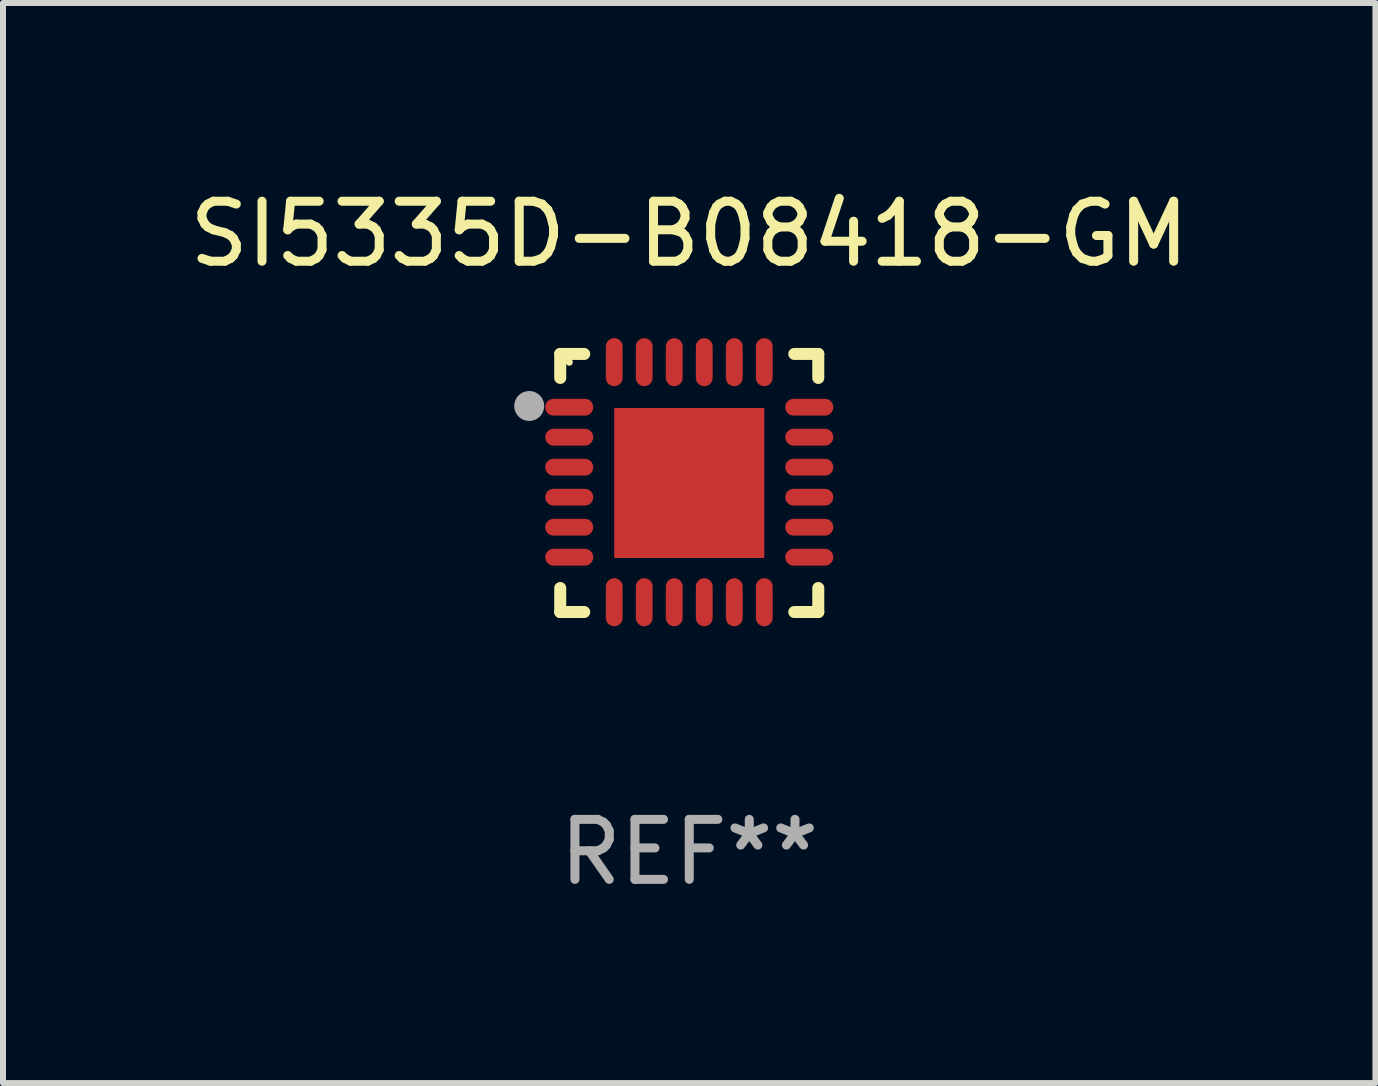
<source format=kicad_pcb>
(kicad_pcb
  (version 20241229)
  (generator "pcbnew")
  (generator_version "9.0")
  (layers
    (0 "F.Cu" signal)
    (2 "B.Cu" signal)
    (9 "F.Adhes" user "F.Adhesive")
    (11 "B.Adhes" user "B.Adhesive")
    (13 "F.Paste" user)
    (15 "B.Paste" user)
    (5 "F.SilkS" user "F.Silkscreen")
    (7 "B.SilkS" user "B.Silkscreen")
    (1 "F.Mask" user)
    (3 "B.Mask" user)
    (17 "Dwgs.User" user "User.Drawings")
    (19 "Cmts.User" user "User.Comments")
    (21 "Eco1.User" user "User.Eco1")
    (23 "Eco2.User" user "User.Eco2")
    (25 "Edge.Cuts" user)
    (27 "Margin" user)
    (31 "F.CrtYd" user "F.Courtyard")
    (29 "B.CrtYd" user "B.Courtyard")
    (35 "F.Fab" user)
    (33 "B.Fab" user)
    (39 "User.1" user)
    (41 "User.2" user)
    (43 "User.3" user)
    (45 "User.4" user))
  (footprint "SI5335D-B08418-GM"
    (layer "F.Cu")
    (at 8.435 4.998)
    (property "Reference" "SI5335D-B08418-GM" (at 0 -4.15 0) (layer "F.SilkS") (effects (font (size 1 1) (thickness 0.15))))
    (attr through_hole)
    (fp_line (start -2.15 -2.15) (end -1.75 -2.15) (stroke (width 0.2) (type solid)) (layer "F.SilkS"))
    (fp_line (start -2.15 -1.75) (end -2.15 -2.15) (stroke (width 0.2) (type solid)) (layer "F.SilkS"))
    (fp_line (start -2.15 2.15) (end -2.15 1.75) (stroke (width 0.2) (type solid)) (layer "F.SilkS"))
    (fp_line (start -1.75 2.15) (end -2.15 2.15) (stroke (width 0.2) (type solid)) (layer "F.SilkS"))
    (fp_line (start 1.75 -2.15) (end 2.15 -2.15) (stroke (width 0.2) (type solid)) (layer "F.SilkS"))
    (fp_line (start 1.75 2.15) (end 2.15 2.15) (stroke (width 0.2) (type solid)) (layer "F.SilkS"))
    (fp_line (start 2.15 -2.15) (end 2.15 -1.75) (stroke (width 0.2) (type solid)) (layer "F.SilkS"))
    (fp_line (start 2.15 2.15) (end 2.15 1.75) (stroke (width 0.2) (type solid)) (layer "F.SilkS"))
    (fp_circle (center -2 -2.013) (end -1.97 -2.013) (stroke (width 0.06) (type solid)) (fill no) (layer "F.SilkS"))
    (fp_circle (center -2.667 -1.283) (end -2.542 -1.283) (stroke (width 0.25) (type solid)) (fill no) (layer "F.Fab"))
    (fp_text user "REF**" (at 0 6.15 0) (layer "F.Fab") (effects (font (size 1 1) (thickness 0.15))))
    (pad "1" smd oval (at -2 -1.263) (size 0.8 0.28) (layers "F.Cu" "F.Mask" "F.Paste"))
    (pad "2" smd oval (at -2 -0.763) (size 0.8 0.28) (layers "F.Cu" "F.Mask" "F.Paste"))
    (pad "3" smd oval (at -2 -0.263) (size 0.8 0.28) (layers "F.Cu" "F.Mask" "F.Paste"))
    (pad "4" smd oval (at -2 0.237) (size 0.8 0.28) (layers "F.Cu" "F.Mask" "F.Paste"))
    (pad "5" smd oval (at -2 0.737) (size 0.8 0.28) (layers "F.Cu" "F.Mask" "F.Paste"))
    (pad "6" smd oval (at -2 1.237) (size 0.8 0.28) (layers "F.Cu" "F.Mask" "F.Paste"))
    (pad "7" smd oval (at -1.25 1.987) (size 0.28 0.8) (layers "F.Cu" "F.Mask" "F.Paste"))
    (pad "8" smd oval (at -0.75 1.987) (size 0.28 0.8) (layers "F.Cu" "F.Mask" "F.Paste"))
    (pad "9" smd oval (at -0.25 1.987) (size 0.28 0.8) (layers "F.Cu" "F.Mask" "F.Paste"))
    (pad "10" smd oval (at 0.25 1.987) (size 0.28 0.8) (layers "F.Cu" "F.Mask" "F.Paste"))
    (pad "11" smd oval (at 0.75 1.987) (size 0.28 0.8) (layers "F.Cu" "F.Mask" "F.Paste"))
    (pad "12" smd oval (at 1.25 1.987) (size 0.28 0.8) (layers "F.Cu" "F.Mask" "F.Paste"))
    (pad "13" smd oval (at 2 1.237) (size 0.8 0.28) (layers "F.Cu" "F.Mask" "F.Paste"))
    (pad "14" smd oval (at 2 0.737) (size 0.8 0.28) (layers "F.Cu" "F.Mask" "F.Paste"))
    (pad "15" smd oval (at 2 0.237) (size 0.8 0.28) (layers "F.Cu" "F.Mask" "F.Paste"))
    (pad "16" smd oval (at 2 -0.263) (size 0.8 0.28) (layers "F.Cu" "F.Mask" "F.Paste"))
    (pad "17" smd oval (at 2 -0.763) (size 0.8 0.28) (layers "F.Cu" "F.Mask" "F.Paste"))
    (pad "18" smd oval (at 2 -1.263) (size 0.8 0.28) (layers "F.Cu" "F.Mask" "F.Paste"))
    (pad "19" smd oval (at 1.25 -2.013) (size 0.28 0.8) (layers "F.Cu" "F.Mask" "F.Paste"))
    (pad "20" smd oval (at 0.75 -2.013) (size 0.28 0.8) (layers "F.Cu" "F.Mask" "F.Paste"))
    (pad "21" smd oval (at 0.25 -2.013) (size 0.28 0.8) (layers "F.Cu" "F.Mask" "F.Paste"))
    (pad "22" smd oval (at -0.25 -2.013) (size 0.28 0.8) (layers "F.Cu" "F.Mask" "F.Paste"))
    (pad "23" smd oval (at -0.75 -2.013) (size 0.28 0.8) (layers "F.Cu" "F.Mask" "F.Paste"))
    (pad "24" smd oval (at -1.25 -2.013) (size 0.28 0.8) (layers "F.Cu" "F.Mask" "F.Paste"))
    (pad "25" smd rect (at -0.000127 -0.00014) (size 2.5 2.5) (layers "F.Cu" "F.Mask" "F.Paste")))
  (gr_rect
    (start -3 -3)
    (end 19.869 14.997)
    (stroke (width 0.1) (type default))
    (fill no)
    (layer "Edge.Cuts")))
</source>
